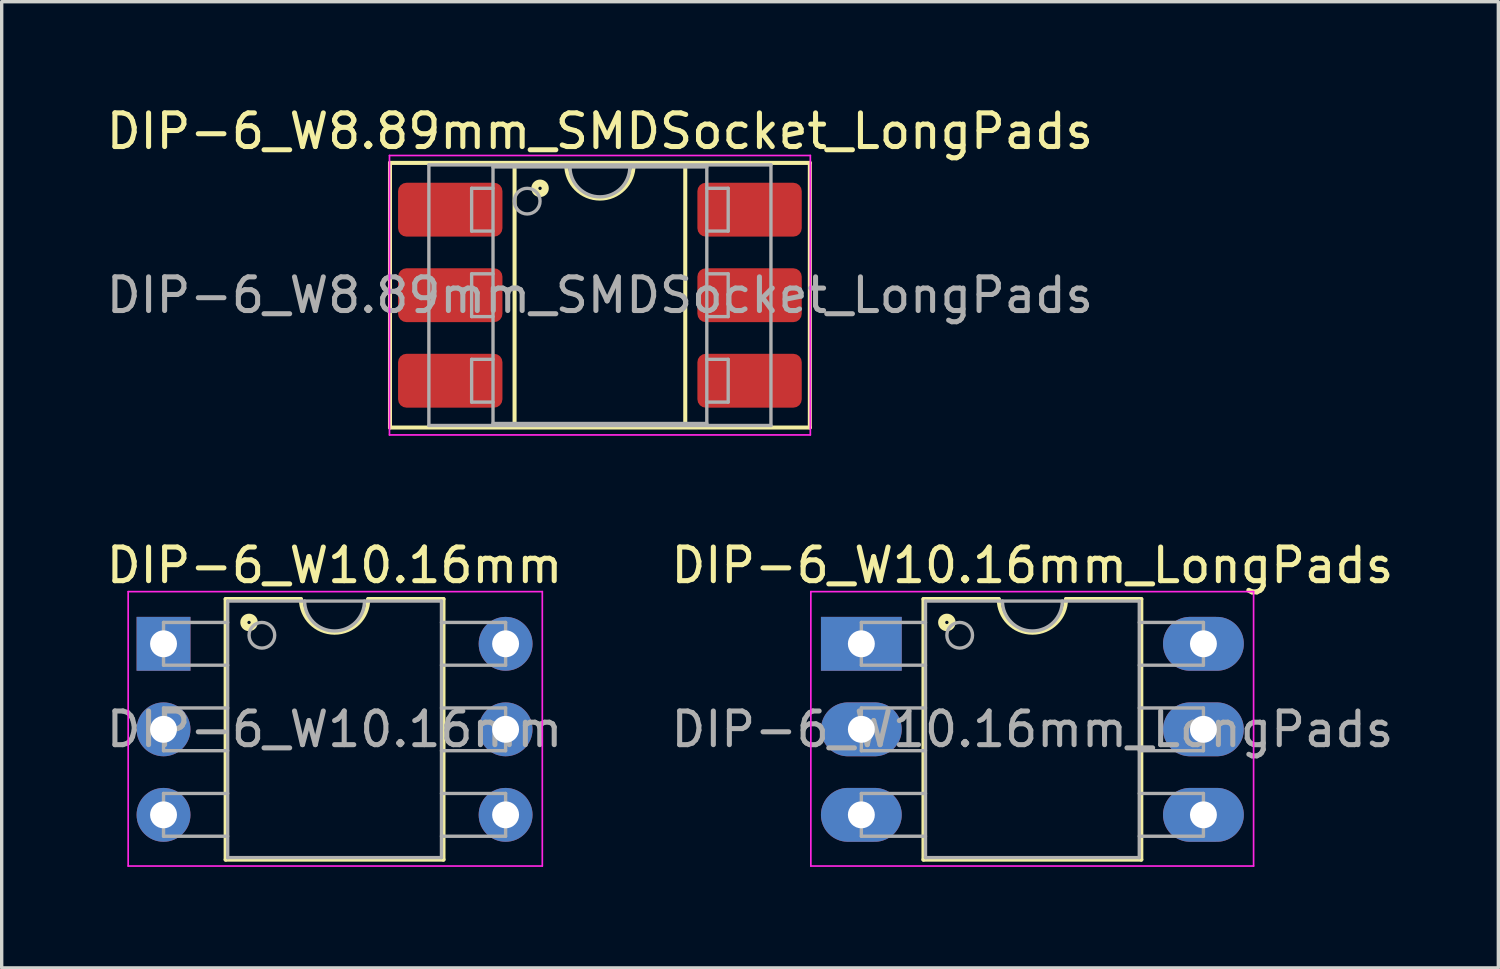
<source format=kicad_pcb>
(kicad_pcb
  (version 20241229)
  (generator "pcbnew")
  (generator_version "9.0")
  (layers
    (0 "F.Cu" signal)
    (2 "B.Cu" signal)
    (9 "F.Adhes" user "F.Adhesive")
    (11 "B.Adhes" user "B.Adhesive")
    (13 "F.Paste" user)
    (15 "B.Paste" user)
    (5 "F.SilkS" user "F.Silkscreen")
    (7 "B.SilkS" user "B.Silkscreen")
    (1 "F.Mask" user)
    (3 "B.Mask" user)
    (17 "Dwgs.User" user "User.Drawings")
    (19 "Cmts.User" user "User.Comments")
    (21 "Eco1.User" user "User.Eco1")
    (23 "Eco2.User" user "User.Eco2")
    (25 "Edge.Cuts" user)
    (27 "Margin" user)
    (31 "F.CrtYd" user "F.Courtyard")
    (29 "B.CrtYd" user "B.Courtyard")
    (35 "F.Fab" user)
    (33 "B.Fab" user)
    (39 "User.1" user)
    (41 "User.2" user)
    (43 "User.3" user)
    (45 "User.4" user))
  (footprint "DIP-6_W10.16mm"
    (layer "F.Cu")
    (at 1.807 16.072)
    (property "Reference" "DIP-6_W10.16mm" (at 5.08 -2.33 0) (layer "F.SilkS") (effects (font (size 1 1) (thickness 0.15))))
    (attr through_hole)
    (fp_line (start 1.845 -1.33) (end 1.845 6.41) (stroke (width 0.12) (type solid)) (layer "F.SilkS"))
    (fp_line (start 1.845 6.41) (end 8.315 6.41) (stroke (width 0.12) (type solid)) (layer "F.SilkS"))
    (fp_line (start 4.08 -1.33) (end 1.845 -1.33) (stroke (width 0.12) (type solid)) (layer "F.SilkS"))
    (fp_line (start 8.315 -1.33) (end 6.08 -1.33) (stroke (width 0.12) (type solid)) (layer "F.SilkS"))
    (fp_line (start 8.315 6.41) (end 8.315 -1.33) (stroke (width 0.12) (type solid)) (layer "F.SilkS"))
    (fp_arc (start 6.08 -1.33) (mid 5.08 -0.33) (end 4.08 -1.33) (stroke (width 0.12) (type solid)) (layer "F.SilkS"))
    (fp_circle (center 2.54 -0.635) (end 2.59 -0.635) (stroke (width 0.12) (type solid)) (fill no) (layer "F.SilkS"))
    (fp_circle (center 2.54 -0.635) (end 2.665 -0.635) (stroke (width 0.12) (type solid)) (fill no) (layer "F.SilkS"))
    (fp_circle (center 2.54 -0.635) (end 2.74 -0.635) (stroke (width 0.12) (type solid)) (fill no) (layer "F.SilkS"))
    (fp_line (start -1.05 -1.55) (end -1.05 6.6) (stroke (width 0.05) (type solid)) (layer "F.CrtYd"))
    (fp_line (start -1.05 6.6) (end 11.25 6.6) (stroke (width 0.05) (type solid)) (layer "F.CrtYd"))
    (fp_line (start 11.25 -1.55) (end -1.05 -1.55) (stroke (width 0.05) (type solid)) (layer "F.CrtYd"))
    (fp_line (start 11.25 6.6) (end 11.25 -1.55) (stroke (width 0.05) (type solid)) (layer "F.CrtYd"))
    (fp_line (start 0 -0.635) (end 0 0.635) (stroke (width 0.1) (type solid)) (layer "F.Fab"))
    (fp_line (start 0 -0.635) (end 1.905 -0.635) (stroke (width 0.1) (type solid)) (layer "F.Fab"))
    (fp_line (start 0 0.635) (end 1.905 0.635) (stroke (width 0.1) (type solid)) (layer "F.Fab"))
    (fp_line (start 0 1.905) (end 0 3.175) (stroke (width 0.1) (type solid)) (layer "F.Fab"))
    (fp_line (start 0 1.905) (end 1.905 1.905) (stroke (width 0.1) (type solid)) (layer "F.Fab"))
    (fp_line (start 0 3.175) (end 1.905 3.175) (stroke (width 0.1) (type solid)) (layer "F.Fab"))
    (fp_line (start 0 4.445) (end 0 5.715) (stroke (width 0.1) (type solid)) (layer "F.Fab"))
    (fp_line (start 0 4.445) (end 1.905 4.445) (stroke (width 0.1) (type solid)) (layer "F.Fab"))
    (fp_line (start 0 5.715) (end 1.905 5.715) (stroke (width 0.1) (type solid)) (layer "F.Fab"))
    (fp_line (start 1.905 -1.27) (end 8.255 -1.27) (stroke (width 0.1) (type solid)) (layer "F.Fab"))
    (fp_line (start 1.905 6.35) (end 1.905 -1.27) (stroke (width 0.1) (type solid)) (layer "F.Fab"))
    (fp_line (start 8.255 -1.27) (end 8.255 6.35) (stroke (width 0.1) (type solid)) (layer "F.Fab"))
    (fp_line (start 8.255 6.35) (end 1.905 6.35) (stroke (width 0.1) (type solid)) (layer "F.Fab"))
    (fp_line (start 10.16 -0.635) (end 8.255 -0.635) (stroke (width 0.1) (type solid)) (layer "F.Fab"))
    (fp_line (start 10.16 0.635) (end 8.255 0.635) (stroke (width 0.1) (type solid)) (layer "F.Fab"))
    (fp_line (start 10.16 0.635) (end 10.16 -0.635) (stroke (width 0.1) (type solid)) (layer "F.Fab"))
    (fp_line (start 10.16 1.905) (end 8.255 1.905) (stroke (width 0.1) (type solid)) (layer "F.Fab"))
    (fp_line (start 10.16 3.175) (end 8.255 3.175) (stroke (width 0.1) (type solid)) (layer "F.Fab"))
    (fp_line (start 10.16 3.175) (end 10.16 1.905) (stroke (width 0.1) (type solid)) (layer "F.Fab"))
    (fp_line (start 10.16 4.445) (end 8.255 4.445) (stroke (width 0.1) (type solid)) (layer "F.Fab"))
    (fp_line (start 10.16 5.715) (end 8.255 5.715) (stroke (width 0.1) (type solid)) (layer "F.Fab"))
    (fp_line (start 10.16 5.715) (end 10.16 4.445) (stroke (width 0.1) (type solid)) (layer "F.Fab"))
    (fp_arc (start 5.969 -1.27) (mid 5.08 -0.381) (end 4.191 -1.27) (stroke (width 0.1) (type solid)) (layer "F.Fab"))
    (fp_circle (center 2.921 -0.254) (end 3.302 -0.254) (stroke (width 0.1) (type solid)) (fill no) (layer "F.Fab"))
    (fp_text user "${REFERENCE}" (at 5.08 2.54 0) (layer "F.Fab") (effects (font (size 1 1) (thickness 0.15))))
    (pad "1" thru_hole rect (at 0 0) (size 1.6 1.6) (drill 0.8) (layers "*.Cu" "*.Mask"))
    (pad "2" thru_hole oval (at 0 2.54) (size 1.6 1.6) (drill 0.8) (layers "*.Cu" "*.Mask"))
    (pad "3" thru_hole oval (at 0 5.08) (size 1.6 1.6) (drill 0.8) (layers "*.Cu" "*.Mask"))
    (pad "4" thru_hole oval (at 10.16 5.08) (size 1.6 1.6) (drill 0.8) (layers "*.Cu" "*.Mask"))
    (pad "5" thru_hole oval (at 10.16 2.54) (size 1.6 1.6) (drill 0.8) (layers "*.Cu" "*.Mask"))
    (pad "6" thru_hole oval (at 10.16 0) (size 1.6 1.6) (drill 0.8) (layers "*.Cu" "*.Mask")))
  (footprint "DIP-6_W10.16mm_LongPads"
    (layer "F.Cu")
    (at 22.533 16.072)
    (property "Reference" "DIP-6_W10.16mm_LongPads" (at 5.08 -2.33 0) (layer "F.SilkS") (effects (font (size 1 1) (thickness 0.15))))
    (attr through_hole)
    (fp_line (start 1.845 -1.33) (end 1.845 6.41) (stroke (width 0.12) (type solid)) (layer "F.SilkS"))
    (fp_line (start 1.845 6.41) (end 8.315 6.41) (stroke (width 0.12) (type solid)) (layer "F.SilkS"))
    (fp_line (start 4.08 -1.33) (end 1.845 -1.33) (stroke (width 0.12) (type solid)) (layer "F.SilkS"))
    (fp_line (start 8.315 -1.33) (end 6.08 -1.33) (stroke (width 0.12) (type solid)) (layer "F.SilkS"))
    (fp_line (start 8.315 6.41) (end 8.315 -1.33) (stroke (width 0.12) (type solid)) (layer "F.SilkS"))
    (fp_arc (start 6.08 -1.33) (mid 5.08 -0.33) (end 4.08 -1.33) (stroke (width 0.12) (type solid)) (layer "F.SilkS"))
    (fp_circle (center 2.54 -0.635) (end 2.59 -0.635) (stroke (width 0.12) (type solid)) (fill no) (layer "F.SilkS"))
    (fp_circle (center 2.54 -0.635) (end 2.665 -0.635) (stroke (width 0.12) (type solid)) (fill no) (layer "F.SilkS"))
    (fp_circle (center 2.54 -0.635) (end 2.74 -0.635) (stroke (width 0.12) (type solid)) (fill no) (layer "F.SilkS"))
    (fp_line (start -1.5 -1.55) (end -1.5 6.6) (stroke (width 0.05) (type solid)) (layer "F.CrtYd"))
    (fp_line (start -1.5 6.6) (end 11.65 6.6) (stroke (width 0.05) (type solid)) (layer "F.CrtYd"))
    (fp_line (start 11.65 -1.55) (end -1.5 -1.55) (stroke (width 0.05) (type solid)) (layer "F.CrtYd"))
    (fp_line (start 11.65 6.6) (end 11.65 -1.55) (stroke (width 0.05) (type solid)) (layer "F.CrtYd"))
    (fp_line (start 0 -0.635) (end 0 0.635) (stroke (width 0.1) (type solid)) (layer "F.Fab"))
    (fp_line (start 0 -0.635) (end 1.905 -0.635) (stroke (width 0.1) (type solid)) (layer "F.Fab"))
    (fp_line (start 0 0.635) (end 1.905 0.635) (stroke (width 0.1) (type solid)) (layer "F.Fab"))
    (fp_line (start 0 1.905) (end 0 3.175) (stroke (width 0.1) (type solid)) (layer "F.Fab"))
    (fp_line (start 0 1.905) (end 1.905 1.905) (stroke (width 0.1) (type solid)) (layer "F.Fab"))
    (fp_line (start 0 3.175) (end 1.905 3.175) (stroke (width 0.1) (type solid)) (layer "F.Fab"))
    (fp_line (start 0 4.445) (end 0 5.715) (stroke (width 0.1) (type solid)) (layer "F.Fab"))
    (fp_line (start 0 4.445) (end 1.905 4.445) (stroke (width 0.1) (type solid)) (layer "F.Fab"))
    (fp_line (start 0 5.715) (end 1.905 5.715) (stroke (width 0.1) (type solid)) (layer "F.Fab"))
    (fp_line (start 1.905 -1.27) (end 8.255 -1.27) (stroke (width 0.1) (type solid)) (layer "F.Fab"))
    (fp_line (start 1.905 6.35) (end 1.905 -1.27) (stroke (width 0.1) (type solid)) (layer "F.Fab"))
    (fp_line (start 8.255 -1.27) (end 8.255 6.35) (stroke (width 0.1) (type solid)) (layer "F.Fab"))
    (fp_line (start 8.255 6.35) (end 1.905 6.35) (stroke (width 0.1) (type solid)) (layer "F.Fab"))
    (fp_line (start 10.16 -0.635) (end 8.255 -0.635) (stroke (width 0.1) (type solid)) (layer "F.Fab"))
    (fp_line (start 10.16 0.635) (end 8.255 0.635) (stroke (width 0.1) (type solid)) (layer "F.Fab"))
    (fp_line (start 10.16 0.635) (end 10.16 -0.635) (stroke (width 0.1) (type solid)) (layer "F.Fab"))
    (fp_line (start 10.16 1.905) (end 8.255 1.905) (stroke (width 0.1) (type solid)) (layer "F.Fab"))
    (fp_line (start 10.16 3.175) (end 8.255 3.175) (stroke (width 0.1) (type solid)) (layer "F.Fab"))
    (fp_line (start 10.16 3.175) (end 10.16 1.905) (stroke (width 0.1) (type solid)) (layer "F.Fab"))
    (fp_line (start 10.16 4.445) (end 8.255 4.445) (stroke (width 0.1) (type solid)) (layer "F.Fab"))
    (fp_line (start 10.16 5.715) (end 8.255 5.715) (stroke (width 0.1) (type solid)) (layer "F.Fab"))
    (fp_line (start 10.16 5.715) (end 10.16 4.445) (stroke (width 0.1) (type solid)) (layer "F.Fab"))
    (fp_arc (start 5.969 -1.27) (mid 5.08 -0.381) (end 4.191 -1.27) (stroke (width 0.1) (type solid)) (layer "F.Fab"))
    (fp_circle (center 2.921 -0.254) (end 3.302 -0.254) (stroke (width 0.1) (type solid)) (fill no) (layer "F.Fab"))
    (fp_text user "${REFERENCE}" (at 5.08 2.54 0) (layer "F.Fab") (effects (font (size 1 1) (thickness 0.15))))
    (pad "1" thru_hole rect (at 0 0) (size 2.4 1.6) (drill 0.8) (layers "*.Cu" "*.Mask"))
    (pad "2" thru_hole oval (at 0 2.54) (size 2.4 1.6) (drill 0.8) (layers "*.Cu" "*.Mask"))
    (pad "3" thru_hole oval (at 0 5.08) (size 2.4 1.6) (drill 0.8) (layers "*.Cu" "*.Mask"))
    (pad "4" thru_hole oval (at 10.16 5.08) (size 2.4 1.6) (drill 0.8) (layers "*.Cu" "*.Mask"))
    (pad "5" thru_hole oval (at 10.16 2.54) (size 2.4 1.6) (drill 0.8) (layers "*.Cu" "*.Mask"))
    (pad "6" thru_hole oval (at 10.16 0) (size 2.4 1.6) (drill 0.8) (layers "*.Cu" "*.Mask")))
  (footprint "DIP-6_W8.89mm_SMDSocket_LongPads"
    (layer "F.Cu")
    (at 14.768 5.718)
    (property "Reference" "DIP-6_W8.89mm_SMDSocket_LongPads" (at 0 -4.87 0) (layer "F.SilkS") (effects (font (size 1 1) (thickness 0.15))))
    (attr smd)
    (fp_line (start -6.235 -3.93) (end -6.235 3.93) (stroke (width 0.12) (type solid)) (layer "F.SilkS"))
    (fp_line (start -6.235 3.93) (end 6.235 3.93) (stroke (width 0.12) (type solid)) (layer "F.SilkS"))
    (fp_line (start -2.535 -3.87) (end -2.535 3.87) (stroke (width 0.12) (type solid)) (layer "F.SilkS"))
    (fp_line (start -2.535 3.87) (end 2.535 3.87) (stroke (width 0.12) (type solid)) (layer "F.SilkS"))
    (fp_line (start -1 -3.87) (end -2.535 -3.87) (stroke (width 0.12) (type solid)) (layer "F.SilkS"))
    (fp_line (start 2.535 -3.87) (end 1 -3.87) (stroke (width 0.12) (type solid)) (layer "F.SilkS"))
    (fp_line (start 2.535 3.87) (end 2.535 -3.87) (stroke (width 0.12) (type solid)) (layer "F.SilkS"))
    (fp_line (start 6.235 -3.93) (end -6.235 -3.93) (stroke (width 0.12) (type solid)) (layer "F.SilkS"))
    (fp_line (start 6.235 3.93) (end 6.235 -3.93) (stroke (width 0.12) (type solid)) (layer "F.SilkS"))
    (fp_arc (start 1 -3.87) (mid 0 -2.87) (end -1 -3.87) (stroke (width 0.12) (type solid)) (layer "F.SilkS"))
    (fp_circle (center -1.778 -3.175) (end -1.728 -3.175) (stroke (width 0.12) (type solid)) (fill no) (layer "F.SilkS"))
    (fp_circle (center -1.778 -3.175) (end -1.653 -3.175) (stroke (width 0.12) (type solid)) (fill no) (layer "F.SilkS"))
    (fp_circle (center -1.778 -3.175) (end -1.578 -3.175) (stroke (width 0.12) (type solid)) (fill no) (layer "F.SilkS"))
    (fp_line (start -6.25 -4.15) (end -6.25 4.15) (stroke (width 0.05) (type solid)) (layer "F.CrtYd"))
    (fp_line (start -6.25 4.15) (end 6.25 4.15) (stroke (width 0.05) (type solid)) (layer "F.CrtYd"))
    (fp_line (start 6.25 -4.15) (end -6.25 -4.15) (stroke (width 0.05) (type solid)) (layer "F.CrtYd"))
    (fp_line (start 6.25 4.15) (end 6.25 -4.15) (stroke (width 0.05) (type solid)) (layer "F.CrtYd"))
    (fp_line (start -5.08 -3.87) (end -5.08 3.87) (stroke (width 0.1) (type solid)) (layer "F.Fab"))
    (fp_line (start -5.08 3.87) (end 5.08 3.87) (stroke (width 0.1) (type solid)) (layer "F.Fab"))
    (fp_line (start -3.81 -3.175) (end -3.81 -1.905) (stroke (width 0.1) (type solid)) (layer "F.Fab"))
    (fp_line (start -3.81 -3.175) (end -3.175 -3.175) (stroke (width 0.1) (type solid)) (layer "F.Fab"))
    (fp_line (start -3.81 -1.905) (end -3.175 -1.905) (stroke (width 0.1) (type solid)) (layer "F.Fab"))
    (fp_line (start -3.81 -0.635) (end -3.81 0.635) (stroke (width 0.1) (type solid)) (layer "F.Fab"))
    (fp_line (start -3.81 -0.635) (end -3.175 -0.635) (stroke (width 0.1) (type solid)) (layer "F.Fab"))
    (fp_line (start -3.81 0.635) (end -3.175 0.635) (stroke (width 0.1) (type solid)) (layer "F.Fab"))
    (fp_line (start -3.81 1.905) (end -3.81 3.175) (stroke (width 0.1) (type solid)) (layer "F.Fab"))
    (fp_line (start -3.81 1.905) (end -3.175 1.905) (stroke (width 0.1) (type solid)) (layer "F.Fab"))
    (fp_line (start -3.81 3.175) (end -3.175 3.175) (stroke (width 0.1) (type solid)) (layer "F.Fab"))
    (fp_line (start -3.175 -3.81) (end 3.175 -3.81) (stroke (width 0.1) (type solid)) (layer "F.Fab"))
    (fp_line (start -3.175 3.81) (end -3.175 -3.81) (stroke (width 0.1) (type solid)) (layer "F.Fab"))
    (fp_line (start 3.175 -3.81) (end 3.175 3.81) (stroke (width 0.1) (type solid)) (layer "F.Fab"))
    (fp_line (start 3.175 3.81) (end -3.175 3.81) (stroke (width 0.1) (type solid)) (layer "F.Fab"))
    (fp_line (start 3.81 -3.175) (end 3.175 -3.175) (stroke (width 0.1) (type solid)) (layer "F.Fab"))
    (fp_line (start 3.81 -1.905) (end 3.175 -1.905) (stroke (width 0.1) (type solid)) (layer "F.Fab"))
    (fp_line (start 3.81 -1.905) (end 3.81 -3.175) (stroke (width 0.1) (type solid)) (layer "F.Fab"))
    (fp_line (start 3.81 -0.635) (end 3.175 -0.635) (stroke (width 0.1) (type solid)) (layer "F.Fab"))
    (fp_line (start 3.81 0.635) (end 3.175 0.635) (stroke (width 0.1) (type solid)) (layer "F.Fab"))
    (fp_line (start 3.81 0.635) (end 3.81 -0.635) (stroke (width 0.1) (type solid)) (layer "F.Fab"))
    (fp_line (start 3.81 1.905) (end 3.175 1.905) (stroke (width 0.1) (type solid)) (layer "F.Fab"))
    (fp_line (start 3.81 3.175) (end 3.175 3.175) (stroke (width 0.1) (type solid)) (layer "F.Fab"))
    (fp_line (start 3.81 3.175) (end 3.81 1.905) (stroke (width 0.1) (type solid)) (layer "F.Fab"))
    (fp_line (start 5.08 -3.87) (end -5.08 -3.87) (stroke (width 0.1) (type solid)) (layer "F.Fab"))
    (fp_line (start 5.08 3.87) (end 5.08 -3.87) (stroke (width 0.1) (type solid)) (layer "F.Fab"))
    (fp_arc (start 0.889 -3.81) (mid 0 -2.921) (end -0.889 -3.81) (stroke (width 0.1) (type solid)) (layer "F.Fab"))
    (fp_circle (center -2.159 -2.794) (end -1.778 -2.794) (stroke (width 0.1) (type solid)) (fill no) (layer "F.Fab"))
    (fp_text user "${REFERENCE}" (at 0 0 0) (layer "F.Fab") (effects (font (size 1 1) (thickness 0.15))))
    (pad "1" smd roundrect (at -4.445 -2.54) (size 3.1 1.6) (layers "F.Cu" "F.Mask" "F.Paste") (roundrect_rratio 0.156))
    (pad "2" smd roundrect (at -4.445 0) (size 3.1 1.6) (layers "F.Cu" "F.Mask" "F.Paste") (roundrect_rratio 0.156))
    (pad "3" smd roundrect (at -4.445 2.54) (size 3.1 1.6) (layers "F.Cu" "F.Mask" "F.Paste") (roundrect_rratio 0.156))
    (pad "4" smd roundrect (at 4.445 2.54) (size 3.1 1.6) (layers "F.Cu" "F.Mask" "F.Paste") (roundrect_rratio 0.156))
    (pad "5" smd roundrect (at 4.445 0) (size 3.1 1.6) (layers "F.Cu" "F.Mask" "F.Paste") (roundrect_rratio 0.156))
    (pad "6" smd roundrect (at 4.445 -2.54) (size 3.1 1.6) (layers "F.Cu" "F.Mask" "F.Paste") (roundrect_rratio 0.156)))
  (gr_rect
    (start -3 -3)
    (end 41.452 25.697)
    (stroke (width 0.1) (type default))
    (fill no)
    (layer "Edge.Cuts")))
</source>
